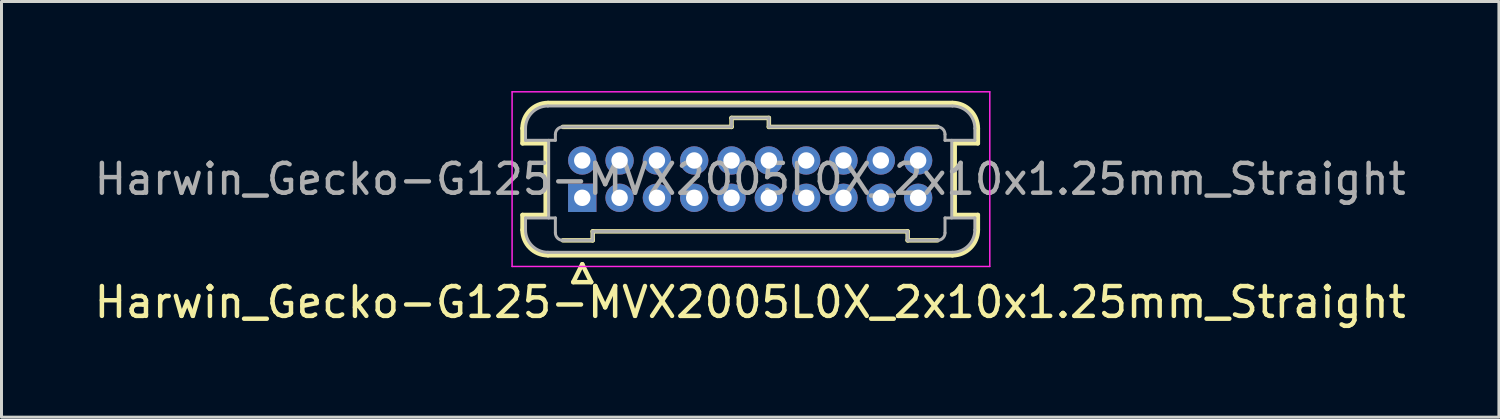
<source format=kicad_pcb>
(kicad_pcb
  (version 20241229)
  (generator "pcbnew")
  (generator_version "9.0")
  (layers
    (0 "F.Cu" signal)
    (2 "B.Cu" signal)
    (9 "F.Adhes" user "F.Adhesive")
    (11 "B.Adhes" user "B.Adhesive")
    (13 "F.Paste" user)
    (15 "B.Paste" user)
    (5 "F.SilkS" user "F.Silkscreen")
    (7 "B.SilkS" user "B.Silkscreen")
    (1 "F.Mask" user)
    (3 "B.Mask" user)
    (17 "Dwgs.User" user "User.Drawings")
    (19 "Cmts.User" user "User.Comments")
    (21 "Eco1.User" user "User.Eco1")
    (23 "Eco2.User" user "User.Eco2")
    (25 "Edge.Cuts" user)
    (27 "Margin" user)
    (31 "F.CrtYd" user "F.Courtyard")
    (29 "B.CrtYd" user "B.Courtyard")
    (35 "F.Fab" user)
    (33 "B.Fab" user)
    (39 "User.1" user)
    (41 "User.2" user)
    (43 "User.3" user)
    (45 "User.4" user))
  (footprint "Harwin_Gecko-G125-MVX2005L0X_2x10x1.25mm_Straight"
    (layer "F.Cu")
    (at 16.452 3.575)
    (property "Reference" "Harwin_Gecko-G125-MVX2005L0X_2x10x1.25mm_Straight" (at 5.625 3.5 0) (layer "F.SilkS") (effects (font (size 1 1) (thickness 0.15))))
    (attr through_hole)
    (fp_line (start -2 -1.825) (end -2 -2.325) (stroke (width 0.15) (type solid)) (layer "F.SilkS"))
    (fp_line (start -2 -1.825) (end -1.225 -1.825) (stroke (width 0.15) (type solid)) (layer "F.SilkS"))
    (fp_line (start -2 0.575) (end -1.225 0.575) (stroke (width 0.15) (type solid)) (layer "F.SilkS"))
    (fp_line (start -2 1.075) (end -2 0.575) (stroke (width 0.15) (type solid)) (layer "F.SilkS"))
    (fp_line (start -1.225 -1.825) (end -1.225 0.575) (stroke (width 0.15) (type solid)) (layer "F.SilkS"))
    (fp_line (start -1.15 -3.175) (end 12.4 -3.175) (stroke (width 0.15) (type solid)) (layer "F.SilkS"))
    (fp_line (start -1.15 1.925) (end 12.4 1.925) (stroke (width 0.15) (type solid)) (layer "F.SilkS"))
    (fp_line (start -0.65 -2.375) (end 5 -2.375) (stroke (width 0.15) (type solid)) (layer "F.SilkS"))
    (fp_line (start -0.65 1.425) (end 0.35 1.425) (stroke (width 0.15) (type solid)) (layer "F.SilkS"))
    (fp_line (start -0.3 2.825) (end 0.3 2.825) (stroke (width 0.15) (type solid)) (layer "F.SilkS"))
    (fp_line (start 0 2.225) (end -0.3 2.825) (stroke (width 0.15) (type solid)) (layer "F.SilkS"))
    (fp_line (start 0.3 2.825) (end 0 2.225) (stroke (width 0.15) (type solid)) (layer "F.SilkS"))
    (fp_line (start 0.35 1.125) (end 10.9 1.125) (stroke (width 0.15) (type solid)) (layer "F.SilkS"))
    (fp_line (start 0.35 1.425) (end 0.35 1.125) (stroke (width 0.15) (type solid)) (layer "F.SilkS"))
    (fp_line (start 5 -2.675) (end 6.25 -2.675) (stroke (width 0.15) (type solid)) (layer "F.SilkS"))
    (fp_line (start 5 -2.375) (end 5 -2.675) (stroke (width 0.15) (type solid)) (layer "F.SilkS"))
    (fp_line (start 6.25 -2.675) (end 6.25 -2.375) (stroke (width 0.15) (type solid)) (layer "F.SilkS"))
    (fp_line (start 6.25 -2.375) (end 11.9 -2.375) (stroke (width 0.15) (type solid)) (layer "F.SilkS"))
    (fp_line (start 10.9 1.125) (end 10.9 1.425) (stroke (width 0.15) (type solid)) (layer "F.SilkS"))
    (fp_line (start 10.9 1.425) (end 11.9 1.425) (stroke (width 0.15) (type solid)) (layer "F.SilkS"))
    (fp_line (start 12.475 -1.825) (end 12.475 0.575) (stroke (width 0.15) (type solid)) (layer "F.SilkS"))
    (fp_line (start 13.25 -2.325) (end 13.25 -1.825) (stroke (width 0.15) (type solid)) (layer "F.SilkS"))
    (fp_line (start 13.25 -1.825) (end 12.475 -1.825) (stroke (width 0.15) (type solid)) (layer "F.SilkS"))
    (fp_line (start 13.25 0.575) (end 12.475 0.575) (stroke (width 0.15) (type solid)) (layer "F.SilkS"))
    (fp_line (start 13.25 1.075) (end 13.25 0.575) (stroke (width 0.15) (type solid)) (layer "F.SilkS"))
    (fp_arc (start -2 -2.325) (mid -1.751041 -2.926041) (end -1.15 -3.175) (stroke (width 0.15) (type solid)) (layer "F.SilkS"))
    (fp_arc (start -1.15 1.925) (mid -1.751041 1.676041) (end -2 1.075) (stroke (width 0.15) (type solid)) (layer "F.SilkS"))
    (fp_arc (start 12.4 -3.175) (mid 13.001041 -2.926041) (end 13.25 -2.325) (stroke (width 0.15) (type solid)) (layer "F.SilkS"))
    (fp_arc (start 13.25 1.075) (mid 13.001041 1.676041) (end 12.4 1.925) (stroke (width 0.15) (type solid)) (layer "F.SilkS"))
    (fp_line (start -2.35 -3.55) (end -2.35 2.3) (stroke (width 0.05) (type solid)) (layer "F.CrtYd"))
    (fp_line (start -2.35 2.3) (end 13.65 2.3) (stroke (width 0.05) (type solid)) (layer "F.CrtYd"))
    (fp_line (start 13.65 -3.55) (end -2.35 -3.55) (stroke (width 0.05) (type solid)) (layer "F.CrtYd"))
    (fp_line (start 13.65 2.3) (end 13.65 -3.55) (stroke (width 0.05) (type solid)) (layer "F.CrtYd"))
    (fp_line (start -1.9 -2.325) (end -1.9 -1.925) (stroke (width 0.1) (type solid)) (layer "F.Fab"))
    (fp_line (start -1.9 -1.925) (end -0.9 -1.925) (stroke (width 0.1) (type solid)) (layer "F.Fab"))
    (fp_line (start -1.9 0.675) (end -0.9 0.675) (stroke (width 0.1) (type solid)) (layer "F.Fab"))
    (fp_line (start -1.9 1.075) (end -1.9 0.675) (stroke (width 0.1) (type solid)) (layer "F.Fab"))
    (fp_line (start -1.15 -3.075) (end 12.4 -3.075) (stroke (width 0.1) (type solid)) (layer "F.Fab"))
    (fp_line (start -1.15 1.825) (end 12.4 1.825) (stroke (width 0.1) (type solid)) (layer "F.Fab"))
    (fp_line (start -1.125 -1.925) (end -1.125 0.675) (stroke (width 0.1) (type solid)) (layer "F.Fab"))
    (fp_line (start -0.9 -2.125) (end -0.9 -1.925) (stroke (width 0.1) (type solid)) (layer "F.Fab"))
    (fp_line (start -0.9 1.175) (end -0.9 0.675) (stroke (width 0.1) (type solid)) (layer "F.Fab"))
    (fp_line (start -0.65 -2.375) (end 5 -2.375) (stroke (width 0.1) (type solid)) (layer "F.Fab"))
    (fp_line (start -0.65 1.425) (end 0.35 1.425) (stroke (width 0.1) (type solid)) (layer "F.Fab"))
    (fp_line (start 0.35 1.125) (end 10.9 1.125) (stroke (width 0.1) (type solid)) (layer "F.Fab"))
    (fp_line (start 0.35 1.425) (end 0.35 1.125) (stroke (width 0.1) (type solid)) (layer "F.Fab"))
    (fp_line (start 5 -2.675) (end 6.25 -2.675) (stroke (width 0.1) (type solid)) (layer "F.Fab"))
    (fp_line (start 5 -2.375) (end 5 -2.675) (stroke (width 0.1) (type solid)) (layer "F.Fab"))
    (fp_line (start 6.25 -2.675) (end 6.25 -2.375) (stroke (width 0.1) (type solid)) (layer "F.Fab"))
    (fp_line (start 6.25 -2.375) (end 11.9 -2.375) (stroke (width 0.1) (type solid)) (layer "F.Fab"))
    (fp_line (start 10.9 1.125) (end 10.9 1.425) (stroke (width 0.1) (type solid)) (layer "F.Fab"))
    (fp_line (start 10.9 1.425) (end 11.9 1.425) (stroke (width 0.1) (type solid)) (layer "F.Fab"))
    (fp_line (start 12.15 -2.125) (end 12.15 -1.925) (stroke (width 0.1) (type solid)) (layer "F.Fab"))
    (fp_line (start 12.15 1.175) (end 12.15 0.675) (stroke (width 0.1) (type solid)) (layer "F.Fab"))
    (fp_line (start 12.375 -1.925) (end 12.375 0.675) (stroke (width 0.1) (type solid)) (layer "F.Fab"))
    (fp_line (start 13.15 -2.325) (end 13.15 -1.925) (stroke (width 0.1) (type solid)) (layer "F.Fab"))
    (fp_line (start 13.15 -1.925) (end 12.15 -1.925) (stroke (width 0.1) (type solid)) (layer "F.Fab"))
    (fp_line (start 13.15 0.675) (end 12.15 0.675) (stroke (width 0.1) (type solid)) (layer "F.Fab"))
    (fp_line (start 13.15 1.075) (end 13.15 0.675) (stroke (width 0.1) (type solid)) (layer "F.Fab"))
    (fp_arc (start -1.9 -2.325) (mid -1.68033 -2.85533) (end -1.15 -3.075) (stroke (width 0.1) (type solid)) (layer "F.Fab"))
    (fp_arc (start -1.15 1.825) (mid -1.68033 1.60533) (end -1.9 1.075) (stroke (width 0.1) (type solid)) (layer "F.Fab"))
    (fp_arc (start -0.9 -2.125) (mid -0.826777 -2.301777) (end -0.65 -2.375) (stroke (width 0.1) (type solid)) (layer "F.Fab"))
    (fp_arc (start -0.65 1.425) (mid -0.826777 1.351777) (end -0.9 1.175) (stroke (width 0.1) (type solid)) (layer "F.Fab"))
    (fp_arc (start 11.9 -2.375) (mid 12.076777 -2.301777) (end 12.15 -2.125) (stroke (width 0.1) (type solid)) (layer "F.Fab"))
    (fp_arc (start 12.15 1.175) (mid 12.076777 1.351777) (end 11.9 1.425) (stroke (width 0.1) (type solid)) (layer "F.Fab"))
    (fp_arc (start 12.4 -3.075) (mid 12.93033 -2.85533) (end 13.15 -2.325) (stroke (width 0.1) (type solid)) (layer "F.Fab"))
    (fp_arc (start 13.15 1.075) (mid 12.93033 1.60533) (end 12.4 1.825) (stroke (width 0.1) (type solid)) (layer "F.Fab"))
    (fp_text user "${REFERENCE}" (at 5.625 -0.625 0) (layer "F.Fab") (effects (font (size 1 1) (thickness 0.15))))
    (pad "1" thru_hole rect (at 0 0) (size 0.95 0.95) (drill 0.55) (layers "*.Cu" "*.Mask"))
    (pad "2" thru_hole circle (at 1.25 0) (size 0.95 0.95) (drill 0.55) (layers "*.Cu" "*.Mask"))
    (pad "3" thru_hole circle (at 2.5 0) (size 0.95 0.95) (drill 0.55) (layers "*.Cu" "*.Mask"))
    (pad "4" thru_hole circle (at 3.75 0) (size 0.95 0.95) (drill 0.55) (layers "*.Cu" "*.Mask"))
    (pad "5" thru_hole circle (at 5 0) (size 0.95 0.95) (drill 0.55) (layers "*.Cu" "*.Mask"))
    (pad "6" thru_hole circle (at 6.25 0) (size 0.95 0.95) (drill 0.55) (layers "*.Cu" "*.Mask"))
    (pad "7" thru_hole circle (at 7.5 0) (size 0.95 0.95) (drill 0.55) (layers "*.Cu" "*.Mask"))
    (pad "8" thru_hole circle (at 8.75 0) (size 0.95 0.95) (drill 0.55) (layers "*.Cu" "*.Mask"))
    (pad "9" thru_hole circle (at 10 0) (size 0.95 0.95) (drill 0.55) (layers "*.Cu" "*.Mask"))
    (pad "10" thru_hole circle (at 11.25 0) (size 0.95 0.95) (drill 0.55) (layers "*.Cu" "*.Mask"))
    (pad "11" thru_hole circle (at 0 -1.25) (size 0.95 0.95) (drill 0.55) (layers "*.Cu" "*.Mask"))
    (pad "12" thru_hole circle (at 1.25 -1.25) (size 0.95 0.95) (drill 0.55) (layers "*.Cu" "*.Mask"))
    (pad "13" thru_hole circle (at 2.5 -1.25) (size 0.95 0.95) (drill 0.55) (layers "*.Cu" "*.Mask"))
    (pad "14" thru_hole circle (at 3.75 -1.25) (size 0.95 0.95) (drill 0.55) (layers "*.Cu" "*.Mask"))
    (pad "15" thru_hole circle (at 5 -1.25) (size 0.95 0.95) (drill 0.55) (layers "*.Cu" "*.Mask"))
    (pad "16" thru_hole circle (at 6.25 -1.25) (size 0.95 0.95) (drill 0.55) (layers "*.Cu" "*.Mask"))
    (pad "17" thru_hole circle (at 7.5 -1.25) (size 0.95 0.95) (drill 0.55) (layers "*.Cu" "*.Mask"))
    (pad "18" thru_hole circle (at 8.75 -1.25) (size 0.95 0.95) (drill 0.55) (layers "*.Cu" "*.Mask"))
    (pad "19" thru_hole circle (at 10 -1.25) (size 0.95 0.95) (drill 0.55) (layers "*.Cu" "*.Mask"))
    (pad "20" thru_hole circle (at 11.25 -1.25) (size 0.95 0.95) (drill 0.55) (layers "*.Cu" "*.Mask")))
  (gr_rect
    (start -3 -3)
    (end 47.155 10.923)
    (stroke (width 0.1) (type default))
    (fill no)
    (layer "Edge.Cuts")))
</source>
